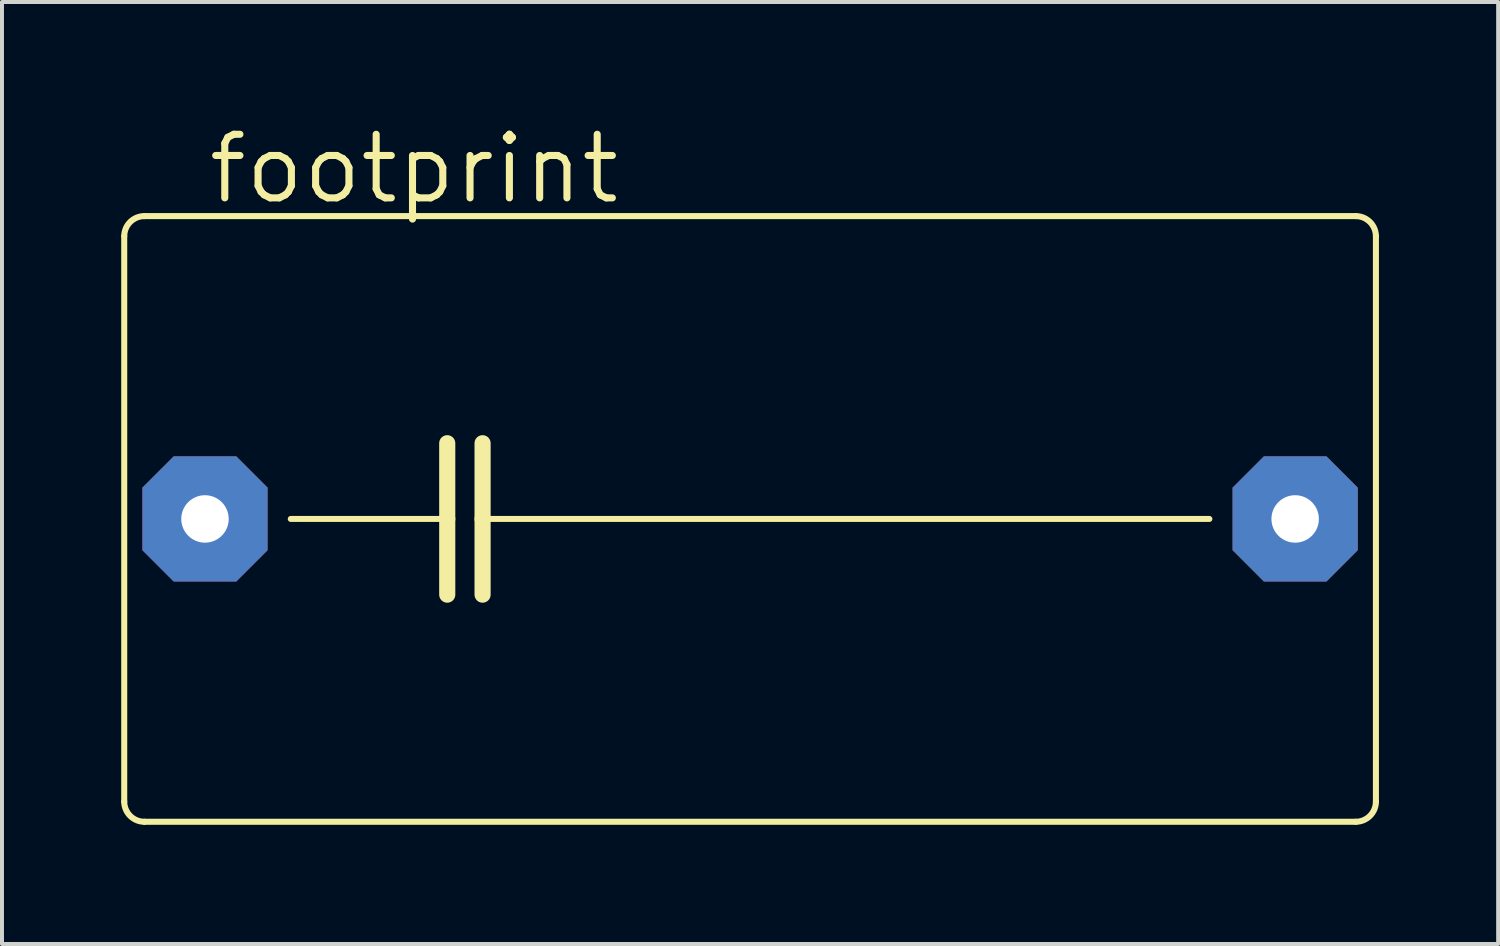
<source format=kicad_pcb>
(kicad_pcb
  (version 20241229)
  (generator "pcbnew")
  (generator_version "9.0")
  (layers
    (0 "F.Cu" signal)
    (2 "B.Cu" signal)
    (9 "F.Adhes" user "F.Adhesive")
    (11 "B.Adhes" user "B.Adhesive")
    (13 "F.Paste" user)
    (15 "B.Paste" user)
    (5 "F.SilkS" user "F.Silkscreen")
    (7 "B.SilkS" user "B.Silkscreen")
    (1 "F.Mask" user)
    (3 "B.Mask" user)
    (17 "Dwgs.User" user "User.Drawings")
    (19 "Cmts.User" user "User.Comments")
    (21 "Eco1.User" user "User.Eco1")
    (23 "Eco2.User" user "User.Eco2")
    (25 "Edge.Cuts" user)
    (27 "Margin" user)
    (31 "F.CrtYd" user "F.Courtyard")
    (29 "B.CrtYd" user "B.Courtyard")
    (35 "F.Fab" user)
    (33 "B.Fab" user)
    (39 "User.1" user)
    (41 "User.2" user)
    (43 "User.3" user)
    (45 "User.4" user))
  (footprint "footprint"
    (layer "F.Cu")
    (at 15.824 10.008)
    (property "Reference" "footprint" (at -13.716 -7.874 0) (layer "F.SilkS") (effects (font (size 1.6 1.6) (thickness 0.178)) (justify left bottom)))
    (fp_line (start -15.748 7.112) (end -15.748 -7.112) (stroke (width 0.152) (type solid)) (layer "F.SilkS"))
    (fp_line (start -15.24 -7.62) (end 15.24 -7.62) (stroke (width 0.152) (type solid)) (layer "F.SilkS"))
    (fp_line (start -11.557 0) (end -7.62 0) (stroke (width 0.152) (type solid)) (layer "F.SilkS"))
    (fp_line (start -7.62 -1.905) (end -7.62 0) (stroke (width 0.406) (type solid)) (layer "F.SilkS"))
    (fp_line (start -7.62 0) (end -7.62 1.905) (stroke (width 0.406) (type solid)) (layer "F.SilkS"))
    (fp_line (start -6.731 -1.905) (end -6.731 0) (stroke (width 0.406) (type solid)) (layer "F.SilkS"))
    (fp_line (start -6.731 0) (end -6.731 1.905) (stroke (width 0.406) (type solid)) (layer "F.SilkS"))
    (fp_line (start -6.731 0) (end 11.557 0) (stroke (width 0.152) (type solid)) (layer "F.SilkS"))
    (fp_line (start 15.24 7.62) (end -15.24 7.62) (stroke (width 0.152) (type solid)) (layer "F.SilkS"))
    (fp_line (start 15.748 -7.112) (end 15.748 7.112) (stroke (width 0.152) (type solid)) (layer "F.SilkS"))
    (fp_arc (start -15.748 -7.112) (mid -15.59921 -7.47121) (end -15.24 -7.62) (stroke (width 0.1524) (type solid)) (layer "F.SilkS"))
    (fp_arc (start -15.24 7.62) (mid -15.59921 7.47121) (end -15.748 7.112) (stroke (width 0.1524) (type solid)) (layer "F.SilkS"))
    (fp_arc (start 15.24 -7.62) (mid 15.59921 -7.47121) (end 15.748 -7.112) (stroke (width 0.1524) (type solid)) (layer "F.SilkS"))
    (fp_arc (start 15.748 7.112) (mid 15.59921 7.47121) (end 15.24 7.62) (stroke (width 0.1524) (type solid)) (layer "F.SilkS"))
    (pad "1" thru_hole roundrect (at -13.716 0) (size 3.15 3.15) (drill 1.194) (layers "*.Cu" "*.Mask") (roundrect_rratio 0.25) (chamfer_ratio 0.25) (chamfer top_left top_right bottom_left bottom_right))
    (pad "2" thru_hole roundrect (at 13.716 0) (size 3.15 3.15) (drill 1.194) (layers "*.Cu" "*.Mask") (roundrect_rratio 0.25) (chamfer_ratio 0.25) (chamfer top_left top_right bottom_left bottom_right)))
  (gr_rect
    (start -3 -3)
    (end 34.648 20.704)
    (stroke (width 0.1) (type default))
    (fill no)
    (layer "Edge.Cuts")))
</source>
